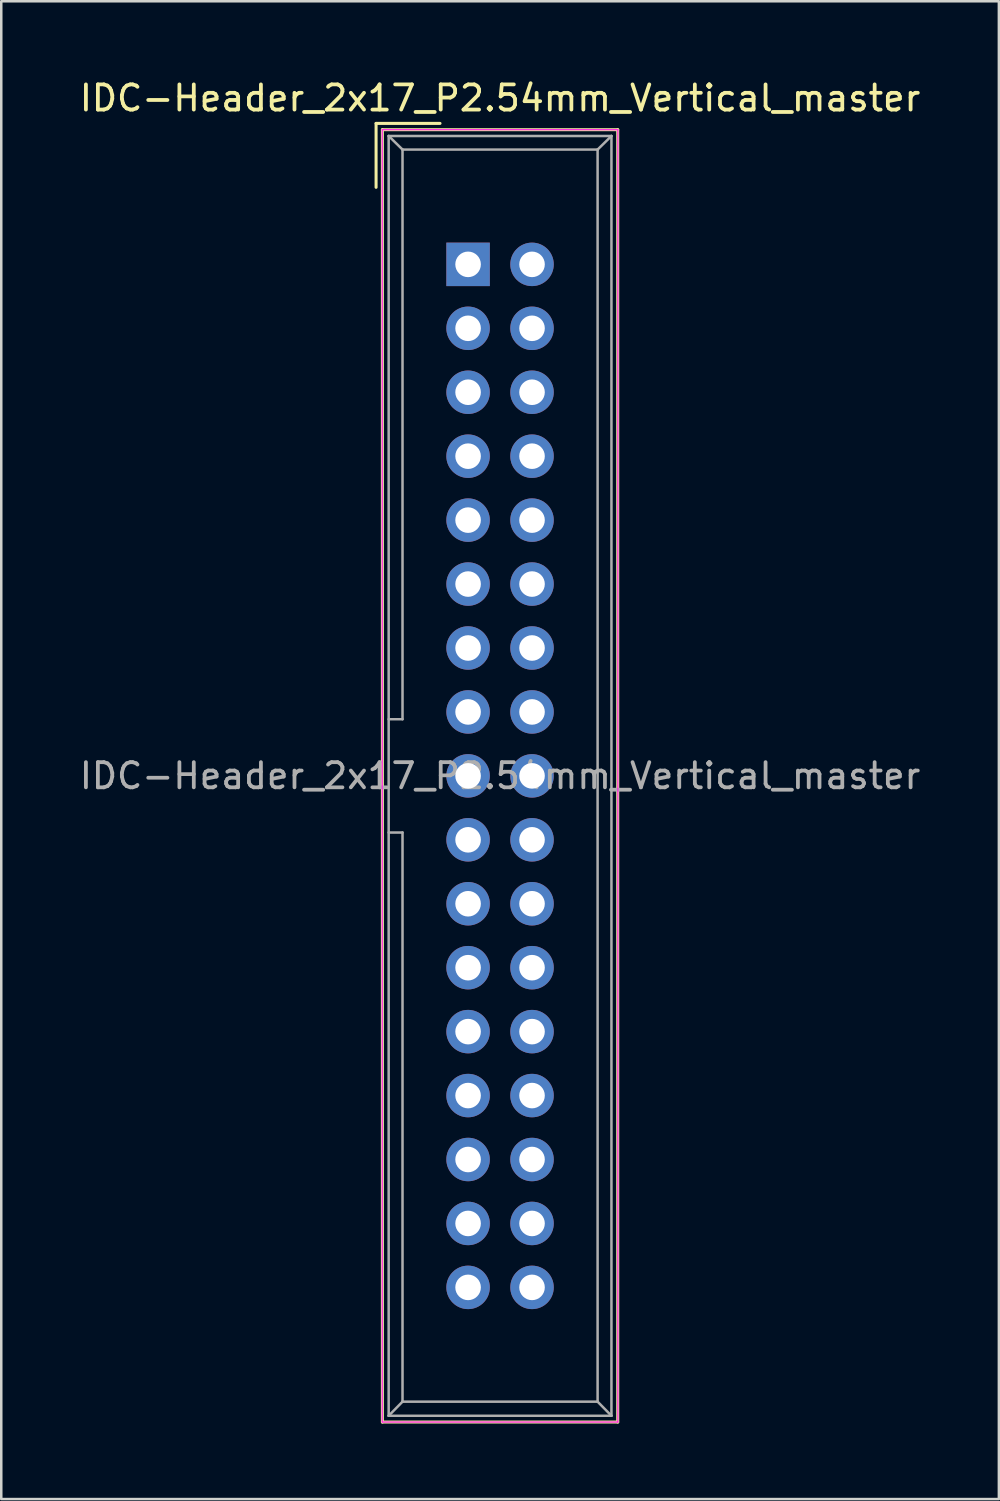
<source format=kicad_pcb>
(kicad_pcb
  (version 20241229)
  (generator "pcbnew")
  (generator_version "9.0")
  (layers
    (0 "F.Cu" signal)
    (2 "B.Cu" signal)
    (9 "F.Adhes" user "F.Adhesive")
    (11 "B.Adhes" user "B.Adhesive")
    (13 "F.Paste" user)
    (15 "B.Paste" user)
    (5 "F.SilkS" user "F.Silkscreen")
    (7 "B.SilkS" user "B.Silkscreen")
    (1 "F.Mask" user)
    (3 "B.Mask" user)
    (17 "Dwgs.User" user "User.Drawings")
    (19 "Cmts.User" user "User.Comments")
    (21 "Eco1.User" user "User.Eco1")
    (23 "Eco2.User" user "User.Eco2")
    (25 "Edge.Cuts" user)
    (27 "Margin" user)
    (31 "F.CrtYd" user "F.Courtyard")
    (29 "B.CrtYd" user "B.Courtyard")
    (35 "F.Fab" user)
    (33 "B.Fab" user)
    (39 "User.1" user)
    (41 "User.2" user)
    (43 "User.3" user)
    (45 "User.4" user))
  (footprint "IDC-Header_2x17_P2.54mm_Vertical_master"
    (layer "F.Cu")
    (at 15.545 7.452)
    (property "Reference" "IDC-Header_2x17_P2.54mm_Vertical_master" (at 1.27 -6.604 0) (layer "F.SilkS") (effects (font (size 1 1) (thickness 0.15))))
    (attr through_hole)
    (fp_line (start -3.655 -5.6) (end -3.655 -3.06) (stroke (width 0.12) (type solid)) (layer "F.SilkS"))
    (fp_line (start -3.655 -5.6) (end -1.115 -5.6) (stroke (width 0.12) (type solid)) (layer "F.SilkS"))
    (fp_line (start -3.405 -5.35) (end 5.945 -5.35) (stroke (width 0.12) (type solid)) (layer "F.SilkS"))
    (fp_line (start -3.405 45.99) (end -3.405 -5.35) (stroke (width 0.12) (type solid)) (layer "F.SilkS"))
    (fp_line (start 5.945 -5.35) (end 5.945 45.99) (stroke (width 0.12) (type solid)) (layer "F.SilkS"))
    (fp_line (start 5.945 45.99) (end -3.405 45.99) (stroke (width 0.12) (type solid)) (layer "F.SilkS"))
    (fp_line (start -3.41 -5.35) (end 5.95 -5.35) (stroke (width 0.05) (type solid)) (layer "F.CrtYd"))
    (fp_line (start -3.41 45.99) (end -3.41 -5.35) (stroke (width 0.05) (type solid)) (layer "F.CrtYd"))
    (fp_line (start 5.95 -5.35) (end 5.95 45.99) (stroke (width 0.05) (type solid)) (layer "F.CrtYd"))
    (fp_line (start 5.95 45.99) (end -3.41 45.99) (stroke (width 0.05) (type solid)) (layer "F.CrtYd"))
    (fp_line (start -3.155 -5.1) (end -3.155 45.74) (stroke (width 0.1) (type solid)) (layer "F.Fab"))
    (fp_line (start -3.155 -5.1) (end -2.605 -4.56) (stroke (width 0.1) (type solid)) (layer "F.Fab"))
    (fp_line (start -3.155 45.74) (end -2.605 45.18) (stroke (width 0.1) (type solid)) (layer "F.Fab"))
    (fp_line (start -2.605 -4.56) (end -2.605 18.07) (stroke (width 0.1) (type solid)) (layer "F.Fab"))
    (fp_line (start -2.605 18.07) (end -3.155 18.07) (stroke (width 0.1) (type solid)) (layer "F.Fab"))
    (fp_line (start -2.605 22.57) (end -3.155 22.57) (stroke (width 0.1) (type solid)) (layer "F.Fab"))
    (fp_line (start -2.605 22.57) (end -2.605 45.18) (stroke (width 0.1) (type solid)) (layer "F.Fab"))
    (fp_line (start 5.145 -4.56) (end -2.605 -4.56) (stroke (width 0.1) (type solid)) (layer "F.Fab"))
    (fp_line (start 5.145 -4.56) (end 5.145 45.18) (stroke (width 0.1) (type solid)) (layer "F.Fab"))
    (fp_line (start 5.145 45.18) (end -2.605 45.18) (stroke (width 0.1) (type solid)) (layer "F.Fab"))
    (fp_line (start 5.695 -5.1) (end -3.155 -5.1) (stroke (width 0.1) (type solid)) (layer "F.Fab"))
    (fp_line (start 5.695 -5.1) (end 5.145 -4.56) (stroke (width 0.1) (type solid)) (layer "F.Fab"))
    (fp_line (start 5.695 -5.1) (end 5.695 45.74) (stroke (width 0.1) (type solid)) (layer "F.Fab"))
    (fp_line (start 5.695 45.74) (end -3.155 45.74) (stroke (width 0.1) (type solid)) (layer "F.Fab"))
    (fp_line (start 5.695 45.74) (end 5.145 45.18) (stroke (width 0.1) (type solid)) (layer "F.Fab"))
    (fp_text user "${REFERENCE}" (at 1.27 20.32 0) (layer "F.Fab") (effects (font (size 1 1) (thickness 0.15))))
    (pad "1" thru_hole rect (at 0 0) (size 1.727 1.727) (drill 1.016) (layers "*.Cu" "*.Mask"))
    (pad "2" thru_hole oval (at 2.54 0) (size 1.727 1.727) (drill 1.016) (layers "*.Cu" "*.Mask"))
    (pad "3" thru_hole oval (at 0 2.54) (size 1.727 1.727) (drill 1.016) (layers "*.Cu" "*.Mask"))
    (pad "4" thru_hole oval (at 2.54 2.54) (size 1.727 1.727) (drill 1.016) (layers "*.Cu" "*.Mask"))
    (pad "5" thru_hole oval (at 0 5.08) (size 1.727 1.727) (drill 1.016) (layers "*.Cu" "*.Mask"))
    (pad "6" thru_hole oval (at 2.54 5.08) (size 1.727 1.727) (drill 1.016) (layers "*.Cu" "*.Mask"))
    (pad "7" thru_hole oval (at 0 7.62) (size 1.727 1.727) (drill 1.016) (layers "*.Cu" "*.Mask"))
    (pad "8" thru_hole oval (at 2.54 7.62) (size 1.727 1.727) (drill 1.016) (layers "*.Cu" "*.Mask"))
    (pad "9" thru_hole oval (at 0 10.16) (size 1.727 1.727) (drill 1.016) (layers "*.Cu" "*.Mask"))
    (pad "10" thru_hole oval (at 2.54 10.16) (size 1.727 1.727) (drill 1.016) (layers "*.Cu" "*.Mask"))
    (pad "11" thru_hole oval (at 0 12.7) (size 1.727 1.727) (drill 1.016) (layers "*.Cu" "*.Mask"))
    (pad "12" thru_hole oval (at 2.54 12.7) (size 1.727 1.727) (drill 1.016) (layers "*.Cu" "*.Mask"))
    (pad "13" thru_hole oval (at 0 15.24) (size 1.727 1.727) (drill 1.016) (layers "*.Cu" "*.Mask"))
    (pad "14" thru_hole oval (at 2.54 15.24) (size 1.727 1.727) (drill 1.016) (layers "*.Cu" "*.Mask"))
    (pad "15" thru_hole oval (at 0 17.78) (size 1.727 1.727) (drill 1.016) (layers "*.Cu" "*.Mask"))
    (pad "16" thru_hole oval (at 2.54 17.78) (size 1.727 1.727) (drill 1.016) (layers "*.Cu" "*.Mask"))
    (pad "17" thru_hole oval (at 0 20.32) (size 1.727 1.727) (drill 1.016) (layers "*.Cu" "*.Mask"))
    (pad "18" thru_hole oval (at 2.54 20.32) (size 1.727 1.727) (drill 1.016) (layers "*.Cu" "*.Mask"))
    (pad "19" thru_hole oval (at 0 22.86) (size 1.727 1.727) (drill 1.016) (layers "*.Cu" "*.Mask"))
    (pad "20" thru_hole oval (at 2.54 22.86) (size 1.727 1.727) (drill 1.016) (layers "*.Cu" "*.Mask"))
    (pad "21" thru_hole oval (at 0 25.4) (size 1.727 1.727) (drill 1.016) (layers "*.Cu" "*.Mask"))
    (pad "22" thru_hole oval (at 2.54 25.4) (size 1.727 1.727) (drill 1.016) (layers "*.Cu" "*.Mask"))
    (pad "23" thru_hole oval (at 0 27.94) (size 1.727 1.727) (drill 1.016) (layers "*.Cu" "*.Mask"))
    (pad "24" thru_hole oval (at 2.54 27.94) (size 1.727 1.727) (drill 1.016) (layers "*.Cu" "*.Mask"))
    (pad "25" thru_hole oval (at 0 30.48) (size 1.727 1.727) (drill 1.016) (layers "*.Cu" "*.Mask"))
    (pad "26" thru_hole oval (at 2.54 30.48) (size 1.727 1.727) (drill 1.016) (layers "*.Cu" "*.Mask"))
    (pad "27" thru_hole oval (at 0 33.02) (size 1.727 1.727) (drill 1.016) (layers "*.Cu" "*.Mask"))
    (pad "28" thru_hole oval (at 2.54 33.02) (size 1.727 1.727) (drill 1.016) (layers "*.Cu" "*.Mask"))
    (pad "29" thru_hole oval (at 0 35.56) (size 1.727 1.727) (drill 1.016) (layers "*.Cu" "*.Mask"))
    (pad "30" thru_hole oval (at 2.54 35.56) (size 1.727 1.727) (drill 1.016) (layers "*.Cu" "*.Mask"))
    (pad "31" thru_hole oval (at 0 38.1) (size 1.727 1.727) (drill 1.016) (layers "*.Cu" "*.Mask"))
    (pad "32" thru_hole oval (at 2.54 38.1) (size 1.727 1.727) (drill 1.016) (layers "*.Cu" "*.Mask"))
    (pad "33" thru_hole oval (at 0 40.64) (size 1.727 1.727) (drill 1.016) (layers "*.Cu" "*.Mask"))
    (pad "34" thru_hole oval (at 2.54 40.64) (size 1.727 1.727) (drill 1.016) (layers "*.Cu" "*.Mask")))
  (gr_rect
    (start -3 -3)
    (end 36.631 56.502)
    (stroke (width 0.1) (type default))
    (fill no)
    (layer "Edge.Cuts")))
</source>
